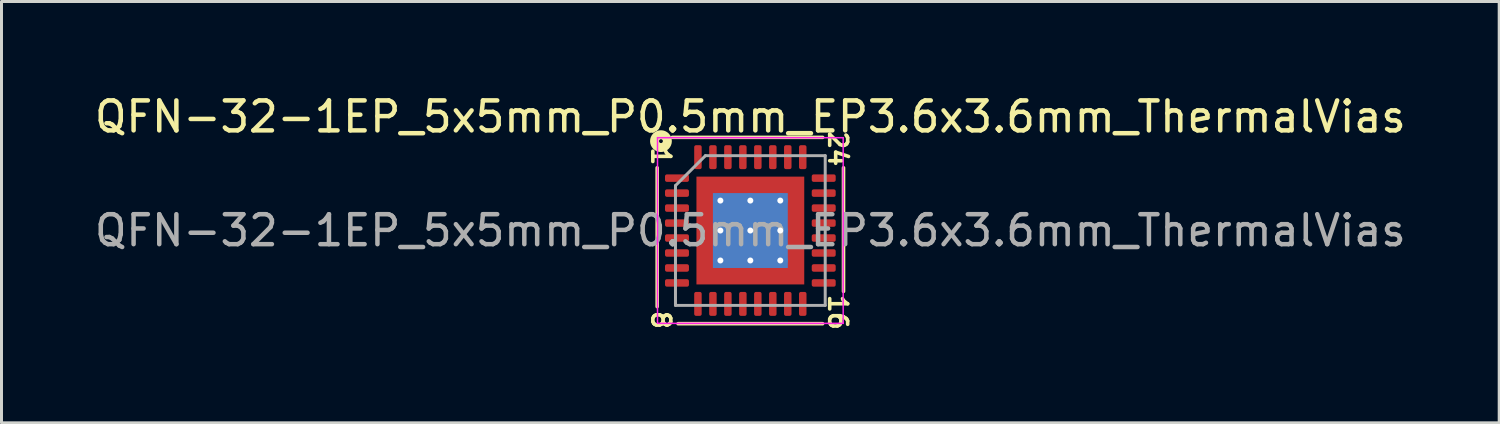
<source format=kicad_pcb>
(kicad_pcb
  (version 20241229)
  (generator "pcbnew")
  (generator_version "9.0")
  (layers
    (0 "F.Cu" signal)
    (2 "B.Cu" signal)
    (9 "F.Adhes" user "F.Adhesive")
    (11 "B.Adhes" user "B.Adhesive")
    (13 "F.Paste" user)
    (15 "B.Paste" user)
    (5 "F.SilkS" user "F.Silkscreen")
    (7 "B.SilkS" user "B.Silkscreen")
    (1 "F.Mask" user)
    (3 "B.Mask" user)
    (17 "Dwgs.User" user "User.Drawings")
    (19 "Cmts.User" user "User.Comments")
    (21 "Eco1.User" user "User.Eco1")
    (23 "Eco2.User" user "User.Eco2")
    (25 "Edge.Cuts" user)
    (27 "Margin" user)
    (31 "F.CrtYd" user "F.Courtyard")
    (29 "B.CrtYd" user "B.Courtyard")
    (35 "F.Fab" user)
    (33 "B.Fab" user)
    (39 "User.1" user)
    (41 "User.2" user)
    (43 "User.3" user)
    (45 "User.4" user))
  (footprint "QFN-32-1EP_5x5mm_P0.5mm_EP3.6x3.6mm_ThermalVias"
    (layer "F.Cu")
    (at 22.006 4.648)
    (property "Reference" "QFN-32-1EP_5x5mm_P0.5mm_EP3.6x3.6mm_ThermalVias" (at 0 -3.8 0) (layer "F.SilkS") (effects (font (size 1 1) (thickness 0.15))))
    (attr smd)
    (fp_line (start -3.111 -2.095) (end -3.111 2.54) (stroke (width 0.12) (type solid)) (layer "F.SilkS"))
    (fp_line (start -2.413 3.111) (end 2.413 3.111) (stroke (width 0.12) (type solid)) (layer "F.SilkS"))
    (fp_line (start 2.413 -3.111) (end -2.603 -3.111) (stroke (width 0.12) (type solid)) (layer "F.SilkS"))
    (fp_line (start 3.111 2.032) (end 3.111 -2.095) (stroke (width 0.12) (type solid)) (layer "F.SilkS"))
    (fp_circle (center -2.985 -2.985) (end -2.921 -2.985) (stroke (width 0.3) (type solid)) (fill no) (layer "F.SilkS"))
    (fp_line (start -3.1 -3.1) (end -3.1 3.1) (stroke (width 0.05) (type solid)) (layer "F.CrtYd"))
    (fp_line (start -3.1 3.1) (end 3.1 3.1) (stroke (width 0.05) (type solid)) (layer "F.CrtYd"))
    (fp_line (start 3.1 -3.1) (end -3.1 -3.1) (stroke (width 0.05) (type solid)) (layer "F.CrtYd"))
    (fp_line (start 3.1 3.1) (end 3.1 -3.1) (stroke (width 0.05) (type solid)) (layer "F.CrtYd"))
    (fp_line (start -2.5 -1.5) (end -1.5 -2.5) (stroke (width 0.1) (type solid)) (layer "F.Fab"))
    (fp_line (start -2.5 2.5) (end -2.5 -1.5) (stroke (width 0.1) (type solid)) (layer "F.Fab"))
    (fp_line (start -1.5 -2.5) (end 2.5 -2.5) (stroke (width 0.1) (type solid)) (layer "F.Fab"))
    (fp_line (start 2.5 -2.5) (end 2.5 2.5) (stroke (width 0.1) (type solid)) (layer "F.Fab"))
    (fp_line (start 2.5 2.5) (end -2.5 2.5) (stroke (width 0.1) (type solid)) (layer "F.Fab"))
    (fp_text user "24" (at 2.921 -2.731 270) (unlocked yes) (layer "F.SilkS") (effects (font (size 0.6 0.6) (thickness 0.12))))
    (fp_text user "8" (at -2.985 2.985 270) (unlocked yes) (layer "F.SilkS") (effects (font (size 0.6 0.6) (thickness 0.12))))
    (fp_text user "16" (at 2.921 2.731 270) (unlocked yes) (layer "F.SilkS") (effects (font (size 0.6 0.6) (thickness 0.12))))
    (fp_text user "1" (at -2.985 -2.477 270) (unlocked yes) (layer "F.SilkS") (effects (font (size 0.6 0.6) (thickness 0.12))))
    (fp_text user "${REFERENCE}" (at 0 0 0) (layer "F.Fab") (effects (font (size 1 1) (thickness 0.15))))
    (pad "" smd custom (at -1.4 -1.4) (size 0.555 0.555) (layers "F.Paste") (options (anchor circle)) (primitives (gr_poly (pts (xy -0.232 -0.232) (xy 0.232 -0.232) (xy 0.232 0.157) (xy 0.157 0.232) (xy -0.232 0.232)) (width 0.181) (fill yes))))
    (pad "" smd custom (at -1.4 -0.5) (size 0.568 0.568) (layers "F.Paste") (options (anchor circle)) (primitives (gr_poly (pts (xy -0.246 -0.326) (xy 0.182 -0.326) (xy 0.246 -0.263) (xy 0.246 0.263) (xy 0.182 0.326) (xy -0.246 0.326)) (width 0.153) (fill yes))))
    (pad "" smd custom (at -1.4 0.5) (size 0.568 0.568) (layers "F.Paste") (options (anchor circle)) (primitives (gr_poly (pts (xy -0.246 -0.326) (xy 0.182 -0.326) (xy 0.246 -0.263) (xy 0.246 0.263) (xy 0.182 0.326) (xy -0.246 0.326)) (width 0.153) (fill yes))))
    (pad "" smd custom (at -1.4 1.4) (size 0.555 0.555) (layers "F.Paste") (options (anchor circle)) (primitives (gr_poly (pts (xy -0.232 -0.232) (xy 0.157 -0.232) (xy 0.232 -0.157) (xy 0.232 0.232) (xy -0.232 0.232)) (width 0.181) (fill yes))))
    (pad "" smd custom (at -0.5 -1.4) (size 0.568 0.568) (layers "F.Paste") (options (anchor circle)) (primitives (gr_poly (pts (xy -0.326 -0.246) (xy 0.326 -0.246) (xy 0.326 0.182) (xy 0.263 0.246) (xy -0.263 0.246) (xy -0.326 0.182)) (width 0.153) (fill yes))))
    (pad "" smd roundrect (at -0.5 -0.5) (size 0.806 0.806) (layers "F.Paste") (roundrect_rratio 0.25))
    (pad "" smd roundrect (at -0.5 0.5) (size 0.806 0.806) (layers "F.Paste") (roundrect_rratio 0.25))
    (pad "" smd custom (at -0.5 1.4) (size 0.568 0.568) (layers "F.Paste") (options (anchor circle)) (primitives (gr_poly (pts (xy -0.326 -0.182) (xy -0.263 -0.246) (xy 0.263 -0.246) (xy 0.326 -0.182) (xy 0.326 0.246) (xy -0.326 0.246)) (width 0.153) (fill yes))))
    (pad "" smd custom (at 0.5 -1.4) (size 0.568 0.568) (layers "F.Paste") (options (anchor circle)) (primitives (gr_poly (pts (xy -0.326 -0.246) (xy 0.326 -0.246) (xy 0.326 0.182) (xy 0.263 0.246) (xy -0.263 0.246) (xy -0.326 0.182)) (width 0.153) (fill yes))))
    (pad "" smd roundrect (at 0.5 -0.5) (size 0.806 0.806) (layers "F.Paste") (roundrect_rratio 0.25))
    (pad "" smd roundrect (at 0.5 0.5) (size 0.806 0.806) (layers "F.Paste") (roundrect_rratio 0.25))
    (pad "" smd custom (at 0.5 1.4) (size 0.568 0.568) (layers "F.Paste") (options (anchor circle)) (primitives (gr_poly (pts (xy -0.326 -0.182) (xy -0.263 -0.246) (xy 0.263 -0.246) (xy 0.326 -0.182) (xy 0.326 0.246) (xy -0.326 0.246)) (width 0.153) (fill yes))))
    (pad "" smd custom (at 1.4 -1.4) (size 0.555 0.555) (layers "F.Paste") (options (anchor circle)) (primitives (gr_poly (pts (xy -0.232 -0.232) (xy 0.232 -0.232) (xy 0.232 0.232) (xy -0.157 0.232) (xy -0.232 0.157)) (width 0.181) (fill yes))))
    (pad "" smd custom (at 1.4 -0.5) (size 0.568 0.568) (layers "F.Paste") (options (anchor circle)) (primitives (gr_poly (pts (xy -0.246 -0.263) (xy -0.182 -0.326) (xy 0.246 -0.326) (xy 0.246 0.326) (xy -0.182 0.326) (xy -0.246 0.263)) (width 0.153) (fill yes))))
    (pad "" smd custom (at 1.4 0.5) (size 0.568 0.568) (layers "F.Paste") (options (anchor circle)) (primitives (gr_poly (pts (xy -0.246 -0.263) (xy -0.182 -0.326) (xy 0.246 -0.326) (xy 0.246 0.326) (xy -0.182 0.326) (xy -0.246 0.263)) (width 0.153) (fill yes))))
    (pad "" smd custom (at 1.4 1.4) (size 0.555 0.555) (layers "F.Paste") (options (anchor circle)) (primitives (gr_poly (pts (xy -0.232 -0.157) (xy -0.157 -0.232) (xy 0.232 -0.232) (xy 0.232 0.232) (xy -0.232 0.232)) (width 0.181) (fill yes))))
    (pad "1" smd roundrect (at -2.45 -1.75) (size 0.8 0.25) (layers "F.Cu" "F.Mask" "F.Paste") (roundrect_rratio 0.25))
    (pad "2" smd roundrect (at -2.45 -1.25) (size 0.8 0.25) (layers "F.Cu" "F.Mask" "F.Paste") (roundrect_rratio 0.25))
    (pad "3" smd roundrect (at -2.45 -0.75) (size 0.8 0.25) (layers "F.Cu" "F.Mask" "F.Paste") (roundrect_rratio 0.25))
    (pad "4" smd roundrect (at -2.45 -0.25) (size 0.8 0.25) (layers "F.Cu" "F.Mask" "F.Paste") (roundrect_rratio 0.25))
    (pad "5" smd roundrect (at -2.45 0.25) (size 0.8 0.25) (layers "F.Cu" "F.Mask" "F.Paste") (roundrect_rratio 0.25))
    (pad "6" smd roundrect (at -2.45 0.75) (size 0.8 0.25) (layers "F.Cu" "F.Mask" "F.Paste") (roundrect_rratio 0.25))
    (pad "7" smd roundrect (at -2.45 1.25) (size 0.8 0.25) (layers "F.Cu" "F.Mask" "F.Paste") (roundrect_rratio 0.25))
    (pad "8" smd roundrect (at -2.45 1.75) (size 0.8 0.25) (layers "F.Cu" "F.Mask" "F.Paste") (roundrect_rratio 0.25))
    (pad "9" smd roundrect (at -1.75 2.45) (size 0.25 0.8) (layers "F.Cu" "F.Mask" "F.Paste") (roundrect_rratio 0.25))
    (pad "10" smd roundrect (at -1.25 2.45) (size 0.25 0.8) (layers "F.Cu" "F.Mask" "F.Paste") (roundrect_rratio 0.25))
    (pad "11" smd roundrect (at -0.75 2.45) (size 0.25 0.8) (layers "F.Cu" "F.Mask" "F.Paste") (roundrect_rratio 0.25))
    (pad "12" smd roundrect (at -0.25 2.45) (size 0.25 0.8) (layers "F.Cu" "F.Mask" "F.Paste") (roundrect_rratio 0.25))
    (pad "13" smd roundrect (at 0.25 2.45) (size 0.25 0.8) (layers "F.Cu" "F.Mask" "F.Paste") (roundrect_rratio 0.25))
    (pad "14" smd roundrect (at 0.75 2.45) (size 0.25 0.8) (layers "F.Cu" "F.Mask" "F.Paste") (roundrect_rratio 0.25))
    (pad "15" smd roundrect (at 1.25 2.45) (size 0.25 0.8) (layers "F.Cu" "F.Mask" "F.Paste") (roundrect_rratio 0.25))
    (pad "16" smd roundrect (at 1.75 2.45) (size 0.25 0.8) (layers "F.Cu" "F.Mask" "F.Paste") (roundrect_rratio 0.25))
    (pad "17" smd roundrect (at 2.45 1.75) (size 0.8 0.25) (layers "F.Cu" "F.Mask" "F.Paste") (roundrect_rratio 0.25))
    (pad "18" smd roundrect (at 2.45 1.25) (size 0.8 0.25) (layers "F.Cu" "F.Mask" "F.Paste") (roundrect_rratio 0.25))
    (pad "19" smd roundrect (at 2.45 0.75) (size 0.8 0.25) (layers "F.Cu" "F.Mask" "F.Paste") (roundrect_rratio 0.25))
    (pad "20" smd roundrect (at 2.45 0.25) (size 0.8 0.25) (layers "F.Cu" "F.Mask" "F.Paste") (roundrect_rratio 0.25))
    (pad "21" smd roundrect (at 2.45 -0.25) (size 0.8 0.25) (layers "F.Cu" "F.Mask" "F.Paste") (roundrect_rratio 0.25))
    (pad "22" smd roundrect (at 2.45 -0.75) (size 0.8 0.25) (layers "F.Cu" "F.Mask" "F.Paste") (roundrect_rratio 0.25))
    (pad "23" smd roundrect (at 2.45 -1.25) (size 0.8 0.25) (layers "F.Cu" "F.Mask" "F.Paste") (roundrect_rratio 0.25))
    (pad "24" smd roundrect (at 2.45 -1.75) (size 0.8 0.25) (layers "F.Cu" "F.Mask" "F.Paste") (roundrect_rratio 0.25))
    (pad "25" smd roundrect (at 1.75 -2.45) (size 0.25 0.8) (layers "F.Cu" "F.Mask" "F.Paste") (roundrect_rratio 0.25))
    (pad "26" smd roundrect (at 1.25 -2.45) (size 0.25 0.8) (layers "F.Cu" "F.Mask" "F.Paste") (roundrect_rratio 0.25))
    (pad "27" smd roundrect (at 0.75 -2.45) (size 0.25 0.8) (layers "F.Cu" "F.Mask" "F.Paste") (roundrect_rratio 0.25))
    (pad "28" smd roundrect (at 0.25 -2.45) (size 0.25 0.8) (layers "F.Cu" "F.Mask" "F.Paste") (roundrect_rratio 0.25))
    (pad "29" smd roundrect (at -0.25 -2.45) (size 0.25 0.8) (layers "F.Cu" "F.Mask" "F.Paste") (roundrect_rratio 0.25))
    (pad "30" smd roundrect (at -0.75 -2.45) (size 0.25 0.8) (layers "F.Cu" "F.Mask" "F.Paste") (roundrect_rratio 0.25))
    (pad "31" smd roundrect (at -1.25 -2.45) (size 0.25 0.8) (layers "F.Cu" "F.Mask" "F.Paste") (roundrect_rratio 0.25))
    (pad "32" smd roundrect (at -1.75 -2.45) (size 0.25 0.8) (layers "F.Cu" "F.Mask" "F.Paste") (roundrect_rratio 0.25))
    (pad "33" thru_hole circle (at -1 -1) (size 0.5 0.5) (drill 0.2) (layers "*.Cu"))
    (pad "33" thru_hole circle (at -1 0) (size 0.5 0.5) (drill 0.2) (layers "*.Cu"))
    (pad "33" thru_hole circle (at -1 1) (size 0.5 0.5) (drill 0.2) (layers "*.Cu"))
    (pad "33" thru_hole circle (at 0 -1) (size 0.5 0.5) (drill 0.2) (layers "*.Cu"))
    (pad "33" thru_hole circle (at 0 0) (size 0.5 0.5) (drill 0.2) (layers "*.Cu"))
    (pad "33" smd rect (at 0 0) (size 2.5 2.5) (layers "B.Cu" "B.Mask"))
    (pad "33" smd rect (at 0 0) (size 3.6 3.6) (layers "F.Cu" "F.Mask"))
    (pad "33" thru_hole circle (at 0 1) (size 0.5 0.5) (drill 0.2) (layers "*.Cu"))
    (pad "33" thru_hole circle (at 1 -1) (size 0.5 0.5) (drill 0.2) (layers "*.Cu"))
    (pad "33" thru_hole circle (at 1 0) (size 0.5 0.5) (drill 0.2) (layers "*.Cu"))
    (pad "33" thru_hole circle (at 1 1) (size 0.5 0.5) (drill 0.2) (layers "*.Cu")))
  (gr_rect
    (start -3 -3)
    (end 47.012 11.07)
    (stroke (width 0.1) (type default))
    (fill no)
    (layer "Edge.Cuts")))
</source>
